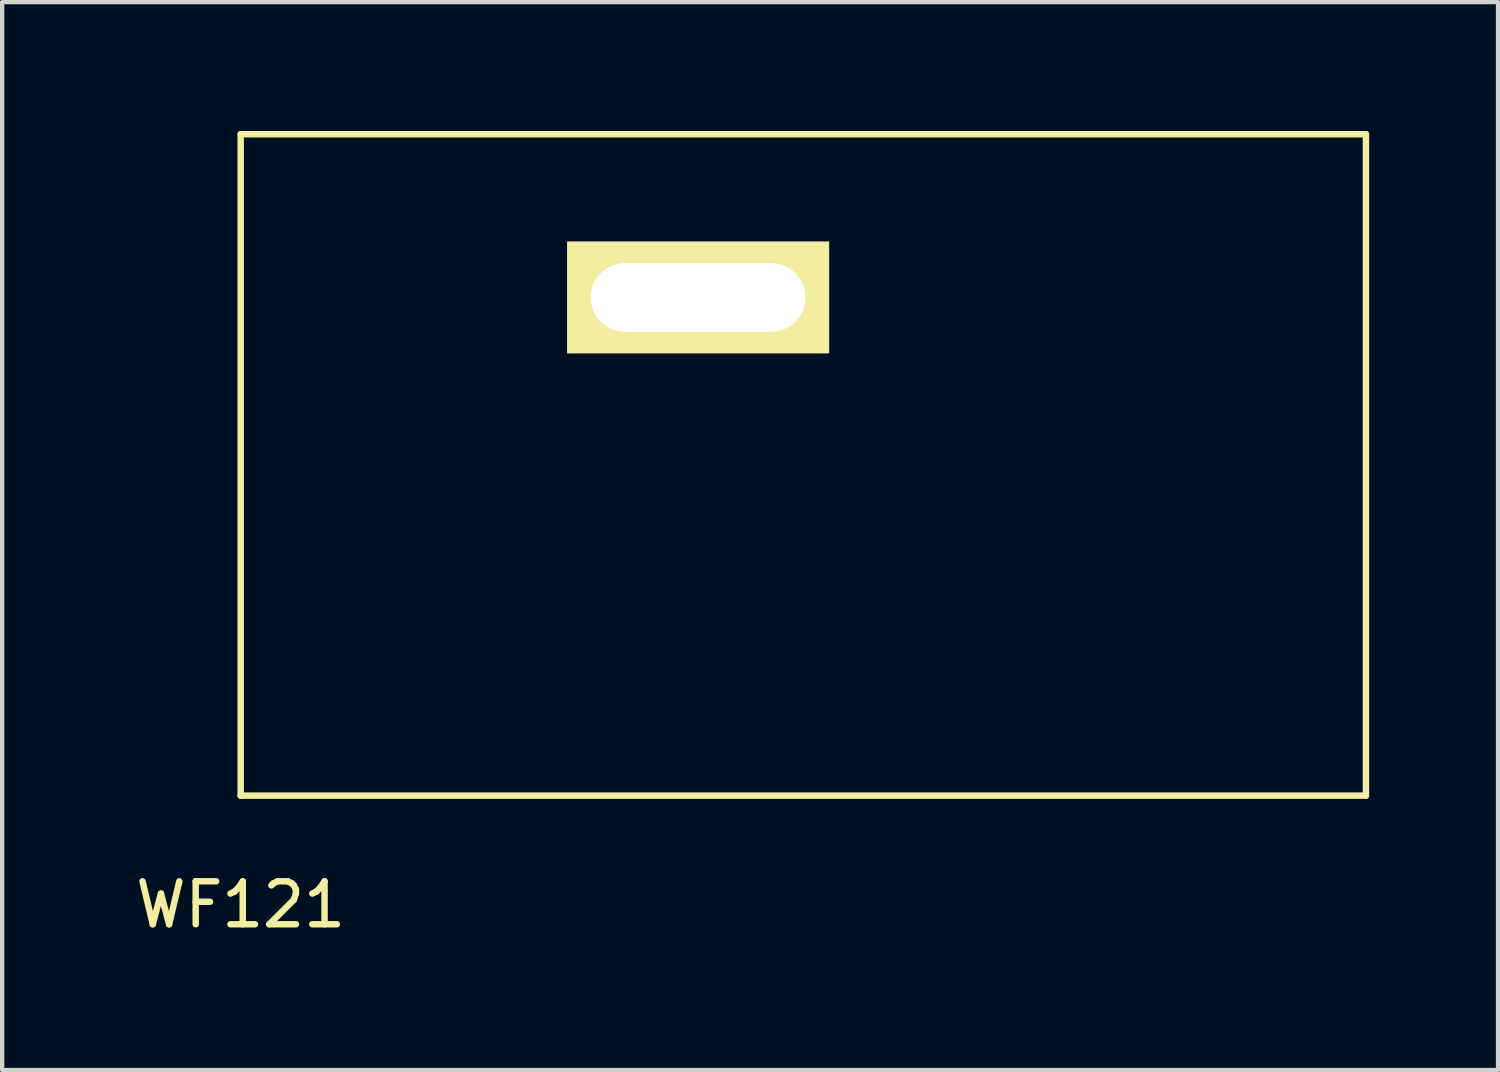
<source format=kicad_pcb>
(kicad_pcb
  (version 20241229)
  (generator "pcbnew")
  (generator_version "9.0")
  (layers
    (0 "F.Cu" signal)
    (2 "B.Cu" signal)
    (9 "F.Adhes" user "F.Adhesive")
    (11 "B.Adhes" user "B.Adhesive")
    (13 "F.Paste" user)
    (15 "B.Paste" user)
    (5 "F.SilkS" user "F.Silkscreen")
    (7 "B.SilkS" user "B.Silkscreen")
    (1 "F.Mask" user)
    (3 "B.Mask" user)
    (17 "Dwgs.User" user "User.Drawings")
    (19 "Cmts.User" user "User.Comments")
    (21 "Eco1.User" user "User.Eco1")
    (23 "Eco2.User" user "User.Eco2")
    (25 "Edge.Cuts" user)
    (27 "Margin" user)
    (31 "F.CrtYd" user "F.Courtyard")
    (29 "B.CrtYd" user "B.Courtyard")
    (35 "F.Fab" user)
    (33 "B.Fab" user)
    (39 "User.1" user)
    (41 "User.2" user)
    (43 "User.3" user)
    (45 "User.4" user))
  (footprint "WF121"
    (layer "F.Cu")
    (at 2.554 15.475)
    (property "Reference" "WF121" (at 0 2.54 0) (layer "F.SilkS") (effects (font (size 1 1) (thickness 0.15))))
    (attr through_hole)
    (fp_line (start 0 -15.4) (end 0 0) (stroke (width 0.15) (type solid)) (layer "F.SilkS"))
    (fp_line (start 0 0) (end 26.2 0) (stroke (width 0.15) (type solid)) (layer "F.SilkS"))
    (fp_line (start 26.2 -15.4) (end 0 -15.4) (stroke (width 0.15) (type solid)) (layer "F.SilkS"))
    (fp_line (start 26.2 0) (end 26.2 -15.4) (stroke (width 0.15) (type solid)) (layer "F.SilkS"))
    (pad "51" thru_hole rect (at 10.65 -11.6) (size 6.1 2.6) (drill oval 5 1.6) (layers "*.Cu" "*.Mask" "F.SilkS")))
  (gr_rect
    (start -3 -3)
    (end 31.829 21.863)
    (stroke (width 0.1) (type default))
    (fill no)
    (layer "Edge.Cuts")))
</source>
